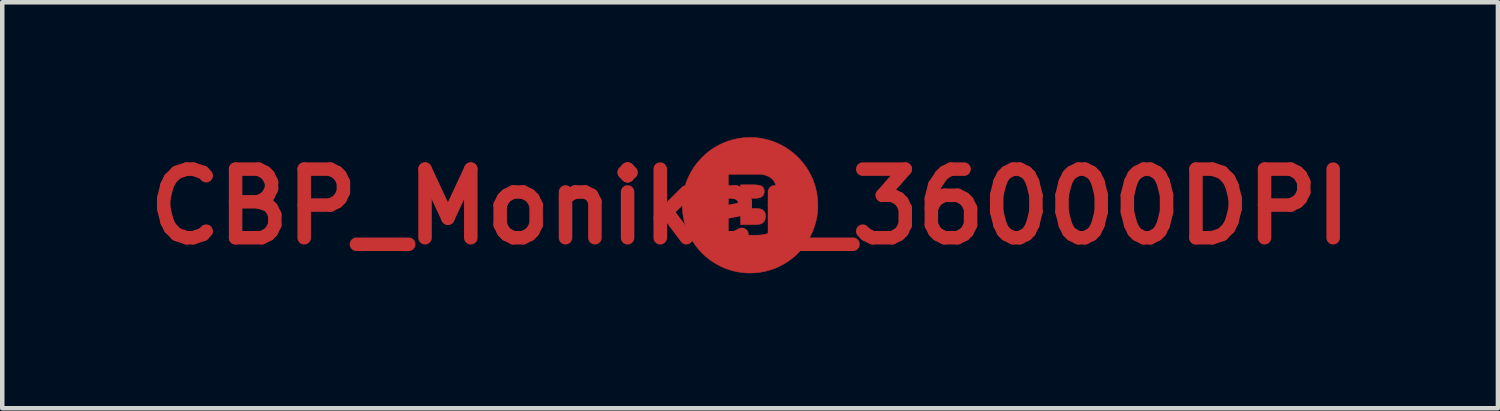
<source format=kicad_pcb>
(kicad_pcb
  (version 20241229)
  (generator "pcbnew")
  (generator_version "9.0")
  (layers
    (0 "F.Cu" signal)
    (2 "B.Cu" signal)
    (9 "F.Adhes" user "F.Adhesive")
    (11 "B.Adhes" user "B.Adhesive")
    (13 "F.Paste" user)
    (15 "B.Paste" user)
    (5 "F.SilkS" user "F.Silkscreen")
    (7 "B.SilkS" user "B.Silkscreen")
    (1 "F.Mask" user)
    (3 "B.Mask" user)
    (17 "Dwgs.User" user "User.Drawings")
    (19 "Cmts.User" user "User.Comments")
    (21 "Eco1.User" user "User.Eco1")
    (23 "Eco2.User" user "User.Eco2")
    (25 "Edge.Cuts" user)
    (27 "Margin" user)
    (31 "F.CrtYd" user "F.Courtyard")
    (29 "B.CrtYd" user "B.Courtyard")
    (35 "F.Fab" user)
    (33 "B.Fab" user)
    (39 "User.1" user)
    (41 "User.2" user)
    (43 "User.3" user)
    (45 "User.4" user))
  (footprint "CBP_Moniker_36000DPI"
    (layer "F.Cu")
    (at 13.614 1.542)
    (property "Reference" "CBP_Moniker_36000DPI" (at 0 0 0) (layer "F.Cu") (effects (font (size 1.524 1.524) (thickness 0.3))))
    (attr through_hole)
    (fp_poly (pts (xy -0.059 -0.486) (xy -0.043 -0.486) (xy -0.027 -0.486) (xy -0.012 -0.486) (xy 0.003 -0.486) (xy 0.017 -0.486) (xy 0.031 -0.486) (xy 0.043 -0.486) (xy 0.055 -0.486) (xy 0.066 -0.486) (xy 0.076 -0.486) (xy 0.085 -0.486) (xy 0.092 -0.486) (xy 0.099 -0.486) (xy 0.104 -0.486) (xy 0.108 -0.485) (xy 0.111 -0.485) (xy 0.111 -0.485) (xy 0.132 -0.484) (xy 0.151 -0.483) (xy 0.169 -0.481) (xy 0.187 -0.478) (xy 0.203 -0.475) (xy 0.218 -0.472) (xy 0.225 -0.47) (xy 0.232 -0.468) (xy 0.238 -0.466) (xy 0.243 -0.464) (xy 0.247 -0.462) (xy 0.252 -0.46) (xy 0.253 -0.46) (xy 0.264 -0.453) (xy 0.274 -0.446) (xy 0.282 -0.438) (xy 0.29 -0.429) (xy 0.296 -0.419) (xy 0.302 -0.408) (xy 0.306 -0.396) (xy 0.31 -0.383) (xy 0.313 -0.369) (xy 0.313 -0.365) (xy 0.314 -0.362) (xy 0.314 -0.357) (xy 0.314 -0.351) (xy 0.314 -0.345) (xy 0.314 -0.338) (xy 0.314 -0.332) (xy 0.314 -0.325) (xy 0.314 -0.319) (xy 0.313 -0.315) (xy 0.313 -0.311) (xy 0.31 -0.297) (xy 0.307 -0.284) (xy 0.303 -0.272) (xy 0.298 -0.261) (xy 0.292 -0.251) (xy 0.285 -0.242) (xy 0.277 -0.234) (xy 0.268 -0.226) (xy 0.258 -0.22) (xy 0.257 -0.219) (xy 0.246 -0.213) (xy 0.234 -0.207) (xy 0.22 -0.202) (xy 0.207 -0.198) (xy 0.192 -0.195) (xy 0.176 -0.192) (xy 0.158 -0.189) (xy 0.151 -0.188) (xy 0.149 -0.188) (xy 0.147 -0.188) (xy 0.145 -0.188) (xy 0.141 -0.188) (xy 0.137 -0.188) (xy 0.132 -0.188) (xy 0.126 -0.188) (xy 0.119 -0.188) (xy 0.111 -0.188) (xy 0.102 -0.188) (xy 0.092 -0.187) (xy 0.081 -0.187) (xy 0.069 -0.187) (xy 0.056 -0.187) (xy 0.041 -0.187) (xy 0.025 -0.187) (xy 0.008 -0.187) (xy -0.01 -0.187) (xy -0.03 -0.187) (xy -0.035 -0.187) (xy -0.212 -0.187) (xy -0.212 -0.486) (xy -0.059 -0.486)) (stroke (width 0.01) (type solid)) (fill yes) (layer "F.Cu"))
    (fp_poly (pts (xy -0.032 0.038) (xy -0.012 0.038) (xy 0.008 0.038) (xy 0.026 0.038) (xy 0.043 0.038) (xy 0.058 0.038) (xy 0.072 0.038) (xy 0.085 0.038) (xy 0.097 0.038) (xy 0.107 0.038) (xy 0.117 0.038) (xy 0.125 0.038) (xy 0.133 0.038) (xy 0.139 0.038) (xy 0.144 0.038) (xy 0.149 0.038) (xy 0.152 0.039) (xy 0.154 0.039) (xy 0.156 0.039) (xy 0.156 0.039) (xy 0.168 0.04) (xy 0.178 0.041) (xy 0.188 0.042) (xy 0.196 0.043) (xy 0.204 0.045) (xy 0.211 0.046) (xy 0.215 0.047) (xy 0.231 0.051) (xy 0.246 0.056) (xy 0.26 0.062) (xy 0.272 0.068) (xy 0.284 0.076) (xy 0.295 0.084) (xy 0.3 0.089) (xy 0.309 0.099) (xy 0.317 0.109) (xy 0.324 0.12) (xy 0.33 0.132) (xy 0.334 0.145) (xy 0.338 0.158) (xy 0.341 0.173) (xy 0.342 0.181) (xy 0.342 0.185) (xy 0.343 0.191) (xy 0.343 0.198) (xy 0.343 0.205) (xy 0.343 0.213) (xy 0.343 0.22) (xy 0.342 0.227) (xy 0.342 0.234) (xy 0.342 0.239) (xy 0.341 0.242) (xy 0.338 0.259) (xy 0.335 0.275) (xy 0.33 0.29) (xy 0.324 0.303) (xy 0.318 0.316) (xy 0.31 0.328) (xy 0.301 0.339) (xy 0.292 0.349) (xy 0.281 0.358) (xy 0.269 0.366) (xy 0.257 0.373) (xy 0.254 0.375) (xy 0.245 0.379) (xy 0.236 0.382) (xy 0.227 0.385) (xy 0.217 0.388) (xy 0.206 0.39) (xy 0.195 0.393) (xy 0.182 0.394) (xy 0.169 0.396) (xy 0.156 0.397) (xy 0.154 0.397) (xy 0.152 0.398) (xy 0.148 0.398) (xy 0.144 0.398) (xy 0.139 0.398) (xy 0.132 0.398) (xy 0.124 0.398) (xy 0.116 0.398) (xy 0.106 0.398) (xy 0.095 0.398) (xy 0.083 0.398) (xy 0.069 0.398) (xy 0.054 0.398) (xy 0.039 0.398) (xy 0.021 0.398) (xy 0.003 0.398) (xy -0.017 0.398) (xy -0.032 0.398) (xy -0.212 0.399) (xy -0.212 0.037) (xy -0.032 0.038)) (stroke (width 0.01) (type solid)) (fill yes) (layer "F.Cu"))
    (fp_poly (pts (xy 0.015 -1.537) (xy 0.024 -1.537) (xy 0.032 -1.537) (xy 0.04 -1.537) (xy 0.046 -1.537) (xy 0.05 -1.537) (xy 0.076 -1.536) (xy 0.101 -1.534) (xy 0.125 -1.533) (xy 0.148 -1.53) (xy 0.149 -1.53) (xy 0.195 -1.525) (xy 0.24 -1.519) (xy 0.285 -1.511) (xy 0.33 -1.501) (xy 0.375 -1.491) (xy 0.419 -1.479) (xy 0.462 -1.465) (xy 0.506 -1.451) (xy 0.548 -1.435) (xy 0.591 -1.417) (xy 0.632 -1.399) (xy 0.674 -1.379) (xy 0.714 -1.358) (xy 0.73 -1.349) (xy 0.77 -1.326) (xy 0.809 -1.302) (xy 0.848 -1.277) (xy 0.885 -1.25) (xy 0.922 -1.222) (xy 0.958 -1.194) (xy 0.993 -1.164) (xy 1.027 -1.133) (xy 1.06 -1.101) (xy 1.092 -1.068) (xy 1.123 -1.035) (xy 1.141 -1.014) (xy 1.171 -0.979) (xy 1.199 -0.943) (xy 1.226 -0.906) (xy 1.252 -0.869) (xy 1.277 -0.831) (xy 1.3 -0.792) (xy 1.323 -0.752) (xy 1.344 -0.712) (xy 1.364 -0.671) (xy 1.383 -0.629) (xy 1.4 -0.587) (xy 1.404 -0.578) (xy 1.42 -0.535) (xy 1.434 -0.491) (xy 1.448 -0.447) (xy 1.46 -0.403) (xy 1.47 -0.358) (xy 1.479 -0.314) (xy 1.487 -0.269) (xy 1.494 -0.223) (xy 1.499 -0.178) (xy 1.502 -0.132) (xy 1.505 -0.086) (xy 1.505 -0.04) (xy 1.505 0.007) (xy 1.503 0.053) (xy 1.5 0.1) (xy 1.499 0.107) (xy 1.495 0.152) (xy 1.488 0.197) (xy 1.481 0.241) (xy 1.472 0.286) (xy 1.462 0.33) (xy 1.45 0.374) (xy 1.437 0.418) (xy 1.423 0.461) (xy 1.407 0.504) (xy 1.391 0.546) (xy 1.372 0.588) (xy 1.353 0.629) (xy 1.332 0.67) (xy 1.31 0.71) (xy 1.29 0.745) (xy 1.266 0.784) (xy 1.24 0.822) (xy 1.213 0.859) (xy 1.186 0.896) (xy 1.157 0.931) (xy 1.127 0.966) (xy 1.096 1) (xy 1.064 1.033) (xy 1.031 1.065) (xy 0.997 1.096) (xy 0.962 1.126) (xy 0.926 1.155) (xy 0.905 1.171) (xy 0.872 1.195) (xy 0.838 1.219) (xy 0.803 1.241) (xy 0.768 1.263) (xy 0.731 1.284) (xy 0.716 1.292) (xy 0.71 1.296) (xy 0.703 1.3) (xy 0.694 1.304) (xy 0.686 1.308) (xy 0.676 1.313) (xy 0.667 1.318) (xy 0.658 1.322) (xy 0.649 1.327) (xy 0.64 1.331) (xy 0.632 1.334) (xy 0.626 1.338) (xy 0.625 1.338) (xy 0.582 1.357) (xy 0.539 1.374) (xy 0.496 1.39) (xy 0.452 1.404) (xy 0.408 1.417) (xy 0.364 1.429) (xy 0.32 1.439) (xy 0.275 1.448) (xy 0.23 1.456) (xy 0.184 1.462) (xy 0.138 1.467) (xy 0.092 1.47) (xy 0.08 1.471) (xy 0.067 1.472) (xy 0.053 1.472) (xy 0.039 1.473) (xy 0.024 1.473) (xy 0.009 1.473) (xy -0.005 1.473) (xy -0.019 1.473) (xy -0.032 1.473) (xy -0.036 1.473) (xy -0.083 1.471) (xy -0.129 1.468) (xy -0.175 1.463) (xy -0.22 1.457) (xy -0.266 1.45) (xy -0.31 1.441) (xy -0.355 1.431) (xy -0.399 1.42) (xy -0.443 1.407) (xy -0.486 1.393) (xy -0.529 1.377) (xy -0.572 1.361) (xy -0.613 1.343) (xy -0.655 1.324) (xy -0.696 1.303) (xy -0.736 1.281) (xy -0.772 1.26) (xy -0.811 1.236) (xy -0.849 1.211) (xy -0.887 1.184) (xy -0.924 1.156) (xy -0.96 1.127) (xy -0.995 1.098) (xy -1.029 1.067) (xy -1.062 1.035) (xy -1.094 1.002) (xy -1.125 0.968) (xy -1.155 0.933) (xy -1.184 0.898) (xy -1.212 0.861) (xy -1.238 0.823) (xy -1.255 0.799) (xy -1.28 0.761) (xy -1.303 0.721) (xy -1.326 0.681) (xy -1.347 0.641) (xy -1.35 0.634) (xy -0.482 0.634) (xy -0.163 0.634) (xy -0.136 0.634) (xy -0.11 0.634) (xy -0.084 0.634) (xy -0.06 0.634) (xy -0.037 0.634) (xy -0.015 0.634) (xy 0.005 0.634) (xy 0.025 0.633) (xy 0.044 0.633) (xy 0.061 0.633) (xy 0.077 0.633) (xy 0.092 0.633) (xy 0.106 0.633) (xy 0.119 0.633) (xy 0.13 0.633) (xy 0.14 0.633) (xy 0.149 0.633) (xy 0.157 0.633) (xy 0.163 0.633) (xy 0.168 0.633) (xy 0.171 0.633) (xy 0.173 0.633) (xy 0.2 0.631) (xy 0.227 0.629) (xy 0.254 0.626) (xy 0.279 0.623) (xy 0.304 0.619) (xy 0.316 0.616) (xy 0.339 0.611) (xy 0.36 0.605) (xy 0.381 0.598) (xy 0.401 0.59) (xy 0.42 0.581) (xy 0.439 0.57) (xy 0.457 0.559) (xy 0.474 0.547) (xy 0.491 0.533) (xy 0.492 0.532) (xy 0.496 0.529) (xy 0.5 0.525) (xy 0.505 0.52) (xy 0.51 0.515) (xy 0.516 0.51) (xy 0.521 0.504) (xy 0.525 0.499) (xy 0.53 0.495) (xy 0.533 0.491) (xy 0.534 0.49) (xy 0.549 0.471) (xy 0.562 0.451) (xy 0.575 0.431) (xy 0.586 0.411) (xy 0.596 0.39) (xy 0.604 0.369) (xy 0.612 0.347) (xy 0.618 0.325) (xy 0.623 0.303) (xy 0.625 0.285) (xy 0.626 0.278) (xy 0.627 0.272) (xy 0.628 0.267) (xy 0.628 0.261) (xy 0.628 0.256) (xy 0.629 0.25) (xy 0.629 0.244) (xy 0.629 0.238) (xy 0.629 0.23) (xy 0.629 0.224) (xy 0.629 0.214) (xy 0.629 0.206) (xy 0.629 0.199) (xy 0.628 0.192) (xy 0.628 0.186) (xy 0.627 0.18) (xy 0.627 0.174) (xy 0.626 0.167) (xy 0.625 0.161) (xy 0.621 0.139) (xy 0.616 0.118) (xy 0.61 0.098) (xy 0.603 0.078) (xy 0.595 0.06) (xy 0.586 0.042) (xy 0.576 0.025) (xy 0.564 0.009) (xy 0.552 -0.006) (xy 0.539 -0.02) (xy 0.535 -0.024) (xy 0.523 -0.035) (xy 0.51 -0.045) (xy 0.496 -0.055) (xy 0.482 -0.064) (xy 0.467 -0.073) (xy 0.45 -0.081) (xy 0.433 -0.088) (xy 0.422 -0.093) (xy 0.421 -0.093) (xy 0.421 -0.093) (xy 0.422 -0.094) (xy 0.423 -0.095) (xy 0.426 -0.096) (xy 0.429 -0.098) (xy 0.43 -0.098) (xy 0.448 -0.109) (xy 0.465 -0.12) (xy 0.481 -0.131) (xy 0.495 -0.142) (xy 0.501 -0.147) (xy 0.514 -0.16) (xy 0.525 -0.174) (xy 0.536 -0.188) (xy 0.546 -0.204) (xy 0.555 -0.22) (xy 0.562 -0.237) (xy 0.569 -0.256) (xy 0.574 -0.275) (xy 0.579 -0.294) (xy 0.582 -0.315) (xy 0.582 -0.316) (xy 0.584 -0.334) (xy 0.585 -0.353) (xy 0.585 -0.372) (xy 0.585 -0.392) (xy 0.583 -0.411) (xy 0.582 -0.421) (xy 0.579 -0.442) (xy 0.575 -0.463) (xy 0.569 -0.484) (xy 0.562 -0.504) (xy 0.554 -0.523) (xy 0.545 -0.542) (xy 0.535 -0.56) (xy 0.523 -0.577) (xy 0.511 -0.593) (xy 0.511 -0.593) (xy 0.5 -0.605) (xy 0.488 -0.617) (xy 0.475 -0.628) (xy 0.462 -0.639) (xy 0.448 -0.649) (xy 0.446 -0.651) (xy 0.435 -0.658) (xy 0.422 -0.665) (xy 0.409 -0.672) (xy 0.396 -0.678) (xy 0.381 -0.684) (xy 0.367 -0.69) (xy 0.355 -0.694) (xy 0.342 -0.698) (xy 0.329 -0.702) (xy 0.315 -0.705) (xy 0.302 -0.708) (xy 0.288 -0.711) (xy 0.273 -0.713) (xy 0.257 -0.715) (xy 0.241 -0.717) (xy 0.223 -0.719) (xy 0.214 -0.72) (xy 0.213 -0.72) (xy 0.211 -0.72) (xy 0.208 -0.72) (xy 0.205 -0.72) (xy 0.202 -0.72) (xy 0.197 -0.72) (xy 0.192 -0.72) (xy 0.186 -0.72) (xy 0.179 -0.72) (xy 0.171 -0.72) (xy 0.163 -0.72) (xy 0.153 -0.72) (xy 0.143 -0.72) (xy 0.131 -0.721) (xy 0.119 -0.721) (xy 0.105 -0.721) (xy 0.091 -0.721) (xy 0.075 -0.721) (xy 0.059 -0.721) (xy 0.041 -0.721) (xy 0.022 -0.721) (xy 0.001 -0.721) (xy -0.02 -0.721) (xy -0.043 -0.721) (xy -0.067 -0.721) (xy -0.092 -0.721) (xy -0.119 -0.721) (xy -0.139 -0.721) (xy -0.482 -0.721) (xy -0.482 0.634) (xy -1.35 0.634) (xy -1.367 0.599) (xy -1.385 0.558) (xy -1.402 0.515) (xy -1.418 0.473) (xy -1.433 0.43) (xy -1.446 0.386) (xy -1.458 0.342) (xy -1.469 0.297) (xy -1.478 0.253) (xy -1.486 0.207) (xy -1.493 0.162) (xy -1.498 0.116) (xy -1.5 0.096) (xy -1.501 0.075) (xy -1.503 0.055) (xy -1.504 0.035) (xy -1.504 0.015) (xy -1.505 -0.006) (xy -1.505 -0.027) (xy -1.505 -0.047) (xy -1.505 -0.057) (xy -1.505 -0.067) (xy -1.504 -0.075) (xy -1.504 -0.082) (xy -1.504 -0.089) (xy -1.504 -0.095) (xy -1.504 -0.102) (xy -1.503 -0.108) (xy -1.503 -0.115) (xy -1.502 -0.123) (xy -1.502 -0.131) (xy -1.502 -0.133) (xy -1.498 -0.179) (xy -1.493 -0.224) (xy -1.487 -0.269) (xy -1.479 -0.314) (xy -1.47 -0.358) (xy -1.459 -0.403) (xy -1.447 -0.446) (xy -1.434 -0.49) (xy -1.42 -0.533) (xy -1.404 -0.576) (xy -1.387 -0.618) (xy -1.368 -0.66) (xy -1.349 -0.701) (xy -1.328 -0.742) (xy -1.308 -0.778) (xy -1.284 -0.818) (xy -1.26 -0.856) (xy -1.234 -0.894) (xy -1.207 -0.931) (xy -1.179 -0.968) (xy -1.15 -1.003) (xy -1.133 -1.023) (xy -1.116 -1.043) (xy -1.097 -1.062) (xy -1.078 -1.082) (xy -1.059 -1.102) (xy -1.039 -1.121) (xy -1.02 -1.139) (xy -1 -1.157) (xy -0.991 -1.165) (xy -0.956 -1.195) (xy -0.92 -1.224) (xy -0.883 -1.251) (xy -0.846 -1.278) (xy -0.808 -1.303) (xy -0.769 -1.327) (xy -0.729 -1.349) (xy -0.689 -1.371) (xy -0.648 -1.391) (xy -0.607 -1.41) (xy -0.565 -1.428) (xy -0.523 -1.444) (xy -0.48 -1.459) (xy -0.436 -1.473) (xy -0.392 -1.486) (xy -0.348 -1.497) (xy -0.304 -1.507) (xy -0.274 -1.513) (xy -0.25 -1.517) (xy -0.226 -1.521) (xy -0.202 -1.524) (xy -0.178 -1.527) (xy -0.154 -1.53) (xy -0.129 -1.532) (xy -0.103 -1.534) (xy -0.076 -1.536) (xy -0.071 -1.536) (xy -0.065 -1.536) (xy -0.059 -1.536) (xy -0.051 -1.537) (xy -0.043 -1.537) (xy -0.034 -1.537) (xy -0.024 -1.537) (xy -0.015 -1.537) (xy -0.005 -1.537) (xy 0.005 -1.537) (xy 0.015 -1.537)) (stroke (width 0.01) (type solid)) (fill yes) (layer "F.Cu")))
  (gr_rect
    (start -3 -3)
    (end 30.229 6.02)
    (stroke (width 0.1) (type default))
    (fill no)
    (layer "Edge.Cuts")))
</source>
